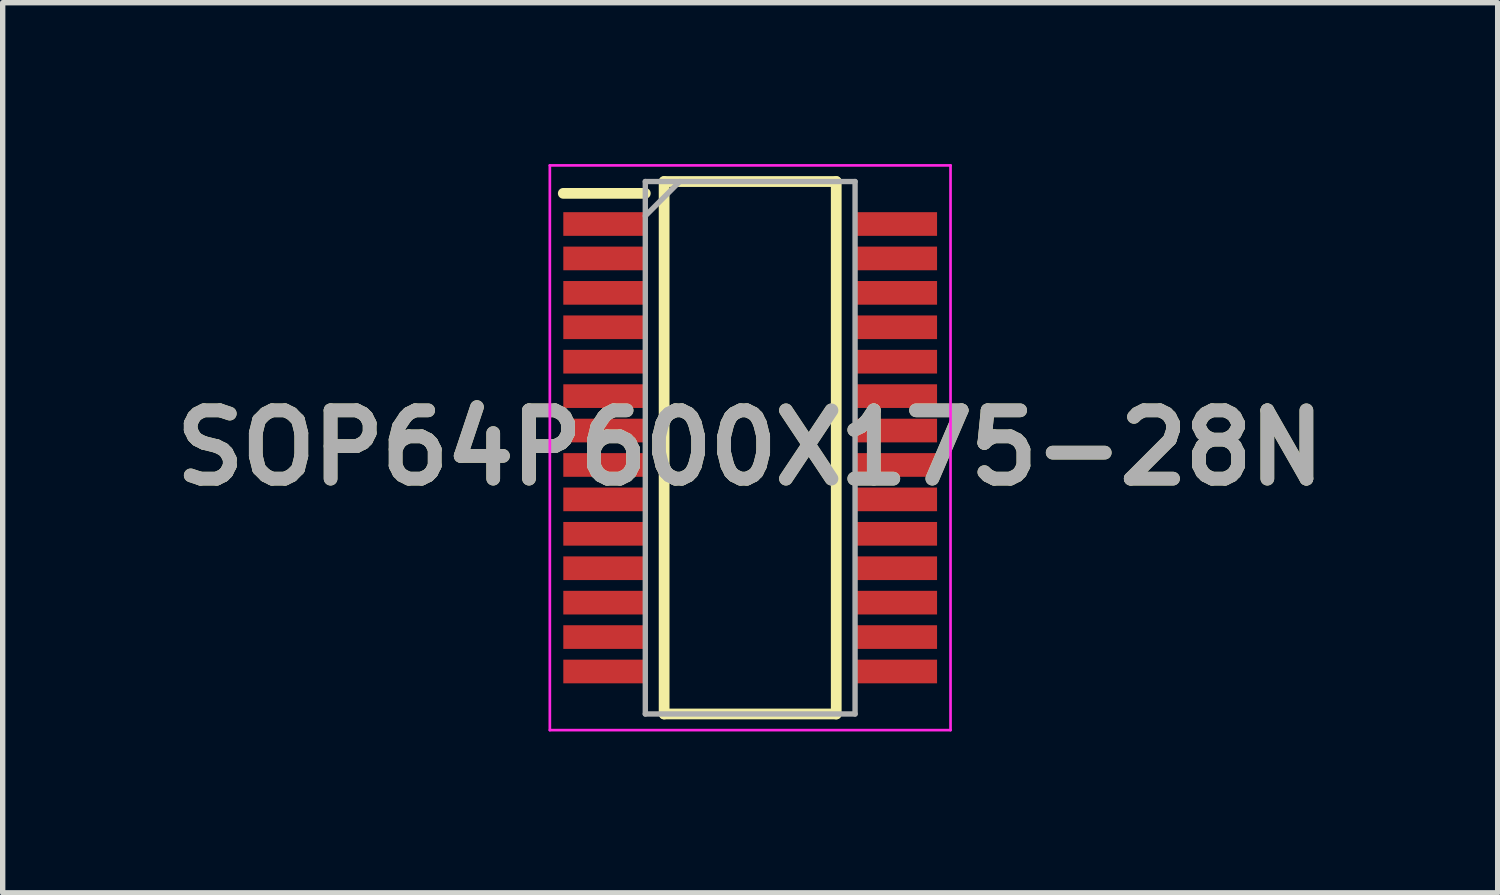
<source format=kicad_pcb>
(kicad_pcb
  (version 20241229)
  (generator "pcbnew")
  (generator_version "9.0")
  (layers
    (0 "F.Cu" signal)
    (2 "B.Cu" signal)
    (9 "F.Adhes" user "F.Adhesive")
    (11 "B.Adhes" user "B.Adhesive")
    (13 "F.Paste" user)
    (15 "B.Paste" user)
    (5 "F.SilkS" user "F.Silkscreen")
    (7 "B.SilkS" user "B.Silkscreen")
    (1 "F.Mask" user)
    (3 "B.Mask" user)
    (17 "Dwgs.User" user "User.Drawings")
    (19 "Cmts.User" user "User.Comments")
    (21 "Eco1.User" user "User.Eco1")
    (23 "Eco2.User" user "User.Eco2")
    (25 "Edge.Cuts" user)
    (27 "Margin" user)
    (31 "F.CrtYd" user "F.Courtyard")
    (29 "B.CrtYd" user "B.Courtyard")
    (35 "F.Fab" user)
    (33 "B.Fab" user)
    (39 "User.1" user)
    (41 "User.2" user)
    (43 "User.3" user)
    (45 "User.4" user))
  (footprint "SOP64P600X175-28N"
    (layer "F.Cu")
    (at 10.898 5.275)
    (property "Reference" "SOP64P600X175-28N" (at 0 0 0) (layer "F.SilkS") (effects (font (size 1.27 1.27) (thickness 0.254))))
    (attr smd)
    (fp_line (start -3.475 -4.73) (end -1.95 -4.73) (stroke (width 0.2) (type solid)) (layer "F.SilkS"))
    (fp_line (start -1.6 -4.95) (end 1.6 -4.95) (stroke (width 0.2) (type solid)) (layer "F.SilkS"))
    (fp_line (start -1.6 4.95) (end -1.6 -4.95) (stroke (width 0.2) (type solid)) (layer "F.SilkS"))
    (fp_line (start 1.6 -4.95) (end 1.6 4.95) (stroke (width 0.2) (type solid)) (layer "F.SilkS"))
    (fp_line (start 1.6 4.95) (end -1.6 4.95) (stroke (width 0.2) (type solid)) (layer "F.SilkS"))
    (fp_line (start -3.725 -5.25) (end 3.725 -5.25) (stroke (width 0.05) (type solid)) (layer "F.CrtYd"))
    (fp_line (start -3.725 5.25) (end -3.725 -5.25) (stroke (width 0.05) (type solid)) (layer "F.CrtYd"))
    (fp_line (start 3.725 -5.25) (end 3.725 5.25) (stroke (width 0.05) (type solid)) (layer "F.CrtYd"))
    (fp_line (start 3.725 5.25) (end -3.725 5.25) (stroke (width 0.05) (type solid)) (layer "F.CrtYd"))
    (fp_line (start -1.95 -4.95) (end 1.95 -4.95) (stroke (width 0.1) (type solid)) (layer "F.Fab"))
    (fp_line (start -1.95 -4.31) (end -1.31 -4.95) (stroke (width 0.1) (type solid)) (layer "F.Fab"))
    (fp_line (start -1.95 4.95) (end -1.95 -4.95) (stroke (width 0.1) (type solid)) (layer "F.Fab"))
    (fp_line (start 1.95 -4.95) (end 1.95 4.95) (stroke (width 0.1) (type solid)) (layer "F.Fab"))
    (fp_line (start 1.95 4.95) (end -1.95 4.95) (stroke (width 0.1) (type solid)) (layer "F.Fab"))
    (fp_text user "${REFERENCE}" (at 0 0 0) (layer "F.Fab") (effects (font (size 1.27 1.27) (thickness 0.254))))
    (pad "1" smd rect (at -2.712 -4.16 90) (size 0.44 1.525) (layers "F.Cu" "F.Mask" "F.Paste"))
    (pad "2" smd rect (at -2.712 -3.52 90) (size 0.44 1.525) (layers "F.Cu" "F.Mask" "F.Paste"))
    (pad "3" smd rect (at -2.712 -2.88 90) (size 0.44 1.525) (layers "F.Cu" "F.Mask" "F.Paste"))
    (pad "4" smd rect (at -2.712 -2.24 90) (size 0.44 1.525) (layers "F.Cu" "F.Mask" "F.Paste"))
    (pad "5" smd rect (at -2.712 -1.6 90) (size 0.44 1.525) (layers "F.Cu" "F.Mask" "F.Paste"))
    (pad "6" smd rect (at -2.712 -0.96 90) (size 0.44 1.525) (layers "F.Cu" "F.Mask" "F.Paste"))
    (pad "7" smd rect (at -2.712 -0.32 90) (size 0.44 1.525) (layers "F.Cu" "F.Mask" "F.Paste"))
    (pad "8" smd rect (at -2.712 0.32 90) (size 0.44 1.525) (layers "F.Cu" "F.Mask" "F.Paste"))
    (pad "9" smd rect (at -2.712 0.96 90) (size 0.44 1.525) (layers "F.Cu" "F.Mask" "F.Paste"))
    (pad "10" smd rect (at -2.712 1.6 90) (size 0.44 1.525) (layers "F.Cu" "F.Mask" "F.Paste"))
    (pad "11" smd rect (at -2.712 2.24 90) (size 0.44 1.525) (layers "F.Cu" "F.Mask" "F.Paste"))
    (pad "12" smd rect (at -2.712 2.88 90) (size 0.44 1.525) (layers "F.Cu" "F.Mask" "F.Paste"))
    (pad "13" smd rect (at -2.712 3.52 90) (size 0.44 1.525) (layers "F.Cu" "F.Mask" "F.Paste"))
    (pad "14" smd rect (at -2.712 4.16 90) (size 0.44 1.525) (layers "F.Cu" "F.Mask" "F.Paste"))
    (pad "15" smd rect (at 2.712 4.16 90) (size 0.44 1.525) (layers "F.Cu" "F.Mask" "F.Paste"))
    (pad "16" smd rect (at 2.712 3.52 90) (size 0.44 1.525) (layers "F.Cu" "F.Mask" "F.Paste"))
    (pad "17" smd rect (at 2.712 2.88 90) (size 0.44 1.525) (layers "F.Cu" "F.Mask" "F.Paste"))
    (pad "18" smd rect (at 2.712 2.24 90) (size 0.44 1.525) (layers "F.Cu" "F.Mask" "F.Paste"))
    (pad "19" smd rect (at 2.712 1.6 90) (size 0.44 1.525) (layers "F.Cu" "F.Mask" "F.Paste"))
    (pad "20" smd rect (at 2.712 0.96 90) (size 0.44 1.525) (layers "F.Cu" "F.Mask" "F.Paste"))
    (pad "21" smd rect (at 2.712 0.32 90) (size 0.44 1.525) (layers "F.Cu" "F.Mask" "F.Paste"))
    (pad "22" smd rect (at 2.712 -0.32 90) (size 0.44 1.525) (layers "F.Cu" "F.Mask" "F.Paste"))
    (pad "23" smd rect (at 2.712 -0.96 90) (size 0.44 1.525) (layers "F.Cu" "F.Mask" "F.Paste"))
    (pad "24" smd rect (at 2.712 -1.6 90) (size 0.44 1.525) (layers "F.Cu" "F.Mask" "F.Paste"))
    (pad "25" smd rect (at 2.712 -2.24 90) (size 0.44 1.525) (layers "F.Cu" "F.Mask" "F.Paste"))
    (pad "26" smd rect (at 2.712 -2.88 90) (size 0.44 1.525) (layers "F.Cu" "F.Mask" "F.Paste"))
    (pad "27" smd rect (at 2.712 -3.52 90) (size 0.44 1.525) (layers "F.Cu" "F.Mask" "F.Paste"))
    (pad "28" smd rect (at 2.712 -4.16 90) (size 0.44 1.525) (layers "F.Cu" "F.Mask" "F.Paste")))
  (gr_rect
    (start -3 -3)
    (end 24.796 13.55)
    (stroke (width 0.1) (type default))
    (fill no)
    (layer "Edge.Cuts")))
</source>
